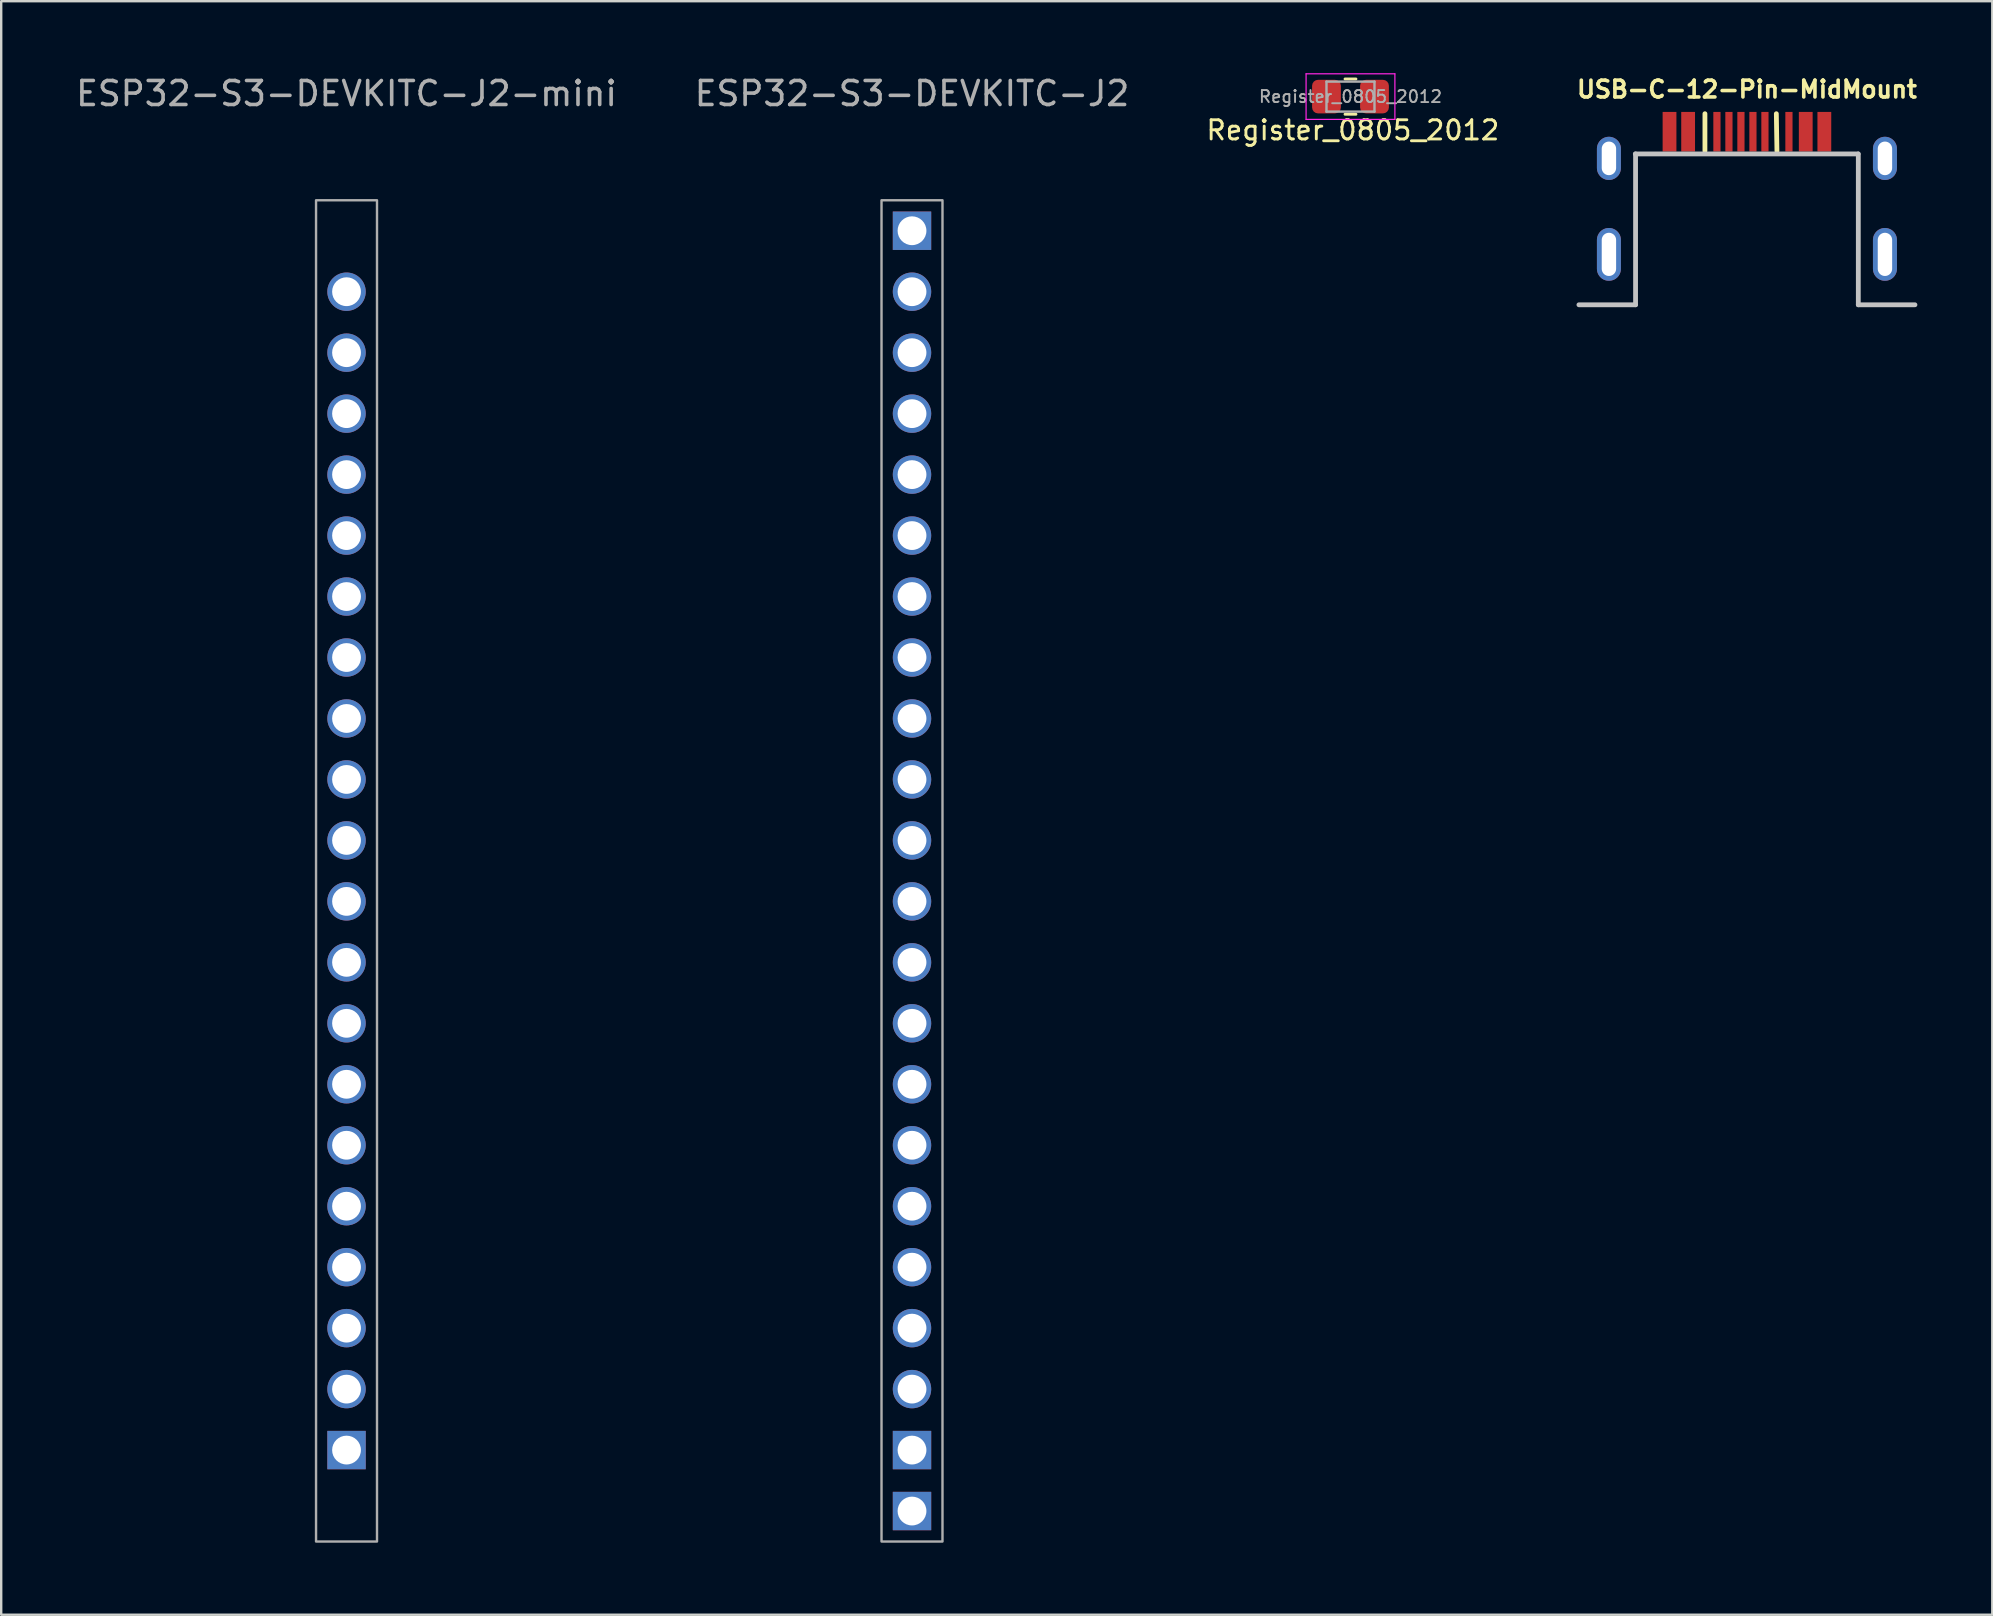
<source format=kicad_pcb>
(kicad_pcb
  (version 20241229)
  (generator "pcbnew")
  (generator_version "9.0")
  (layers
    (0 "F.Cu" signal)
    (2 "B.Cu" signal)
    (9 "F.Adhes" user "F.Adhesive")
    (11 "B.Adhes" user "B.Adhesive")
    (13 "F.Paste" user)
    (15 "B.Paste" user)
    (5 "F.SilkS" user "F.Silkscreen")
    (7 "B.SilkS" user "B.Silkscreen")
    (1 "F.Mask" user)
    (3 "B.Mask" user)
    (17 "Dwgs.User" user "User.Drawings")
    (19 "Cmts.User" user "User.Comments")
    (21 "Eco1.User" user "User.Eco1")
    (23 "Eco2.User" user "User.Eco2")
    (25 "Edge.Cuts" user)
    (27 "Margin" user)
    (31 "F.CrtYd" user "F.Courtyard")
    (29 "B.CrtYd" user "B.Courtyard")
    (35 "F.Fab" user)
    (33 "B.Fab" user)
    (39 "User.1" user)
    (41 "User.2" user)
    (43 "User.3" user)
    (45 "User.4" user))
  (footprint "ESP32-S3-DEVKITC-J2"
    (layer "F.Cu")
    (at 33.676 5.293)
    (property "Reference" "ESP32-S3-DEVKITC-J2" (at 1.27 -4.445 0) (unlocked yes) (layer "F.Fab") (effects (font (size 1 1) (thickness 0.15))))
    (attr smd)
    (fp_rect (start 0 0) (end 2.54 55.88) (stroke (width 0.1) (type solid)) (fill no) (layer "F.Fab"))
    (pad "1" thru_hole rect (at 1.27 1.27) (size 1.6 1.6) (drill 1.2) (layers "*.Cu" "*.Mask"))
    (pad "2" thru_hole circle (at 1.27 3.81) (size 1.6 1.6) (drill 1.2) (layers "*.Cu" "*.Mask"))
    (pad "3" thru_hole circle (at 1.27 6.35) (size 1.6 1.6) (drill 1.2) (layers "*.Cu" "*.Mask"))
    (pad "4" thru_hole circle (at 1.27 8.89) (size 1.6 1.6) (drill 1.2) (layers "*.Cu" "*.Mask"))
    (pad "5" thru_hole circle (at 1.27 11.43) (size 1.6 1.6) (drill 1.2) (layers "*.Cu" "*.Mask"))
    (pad "6" thru_hole circle (at 1.27 13.97) (size 1.6 1.6) (drill 1.2) (layers "*.Cu" "*.Mask"))
    (pad "7" thru_hole circle (at 1.27 16.51) (size 1.6 1.6) (drill 1.2) (layers "*.Cu" "*.Mask"))
    (pad "8" thru_hole circle (at 1.27 19.05) (size 1.6 1.6) (drill 1.2) (layers "*.Cu" "*.Mask"))
    (pad "9" thru_hole circle (at 1.27 21.59) (size 1.6 1.6) (drill 1.2) (layers "*.Cu" "*.Mask"))
    (pad "10" thru_hole circle (at 1.27 24.13) (size 1.6 1.6) (drill 1.2) (layers "*.Cu" "*.Mask"))
    (pad "11" thru_hole circle (at 1.27 26.67) (size 1.6 1.6) (drill 1.2) (layers "*.Cu" "*.Mask"))
    (pad "12" thru_hole circle (at 1.27 29.21) (size 1.6 1.6) (drill 1.2) (layers "*.Cu" "*.Mask"))
    (pad "13" thru_hole circle (at 1.27 31.75) (size 1.6 1.6) (drill 1.2) (layers "*.Cu" "*.Mask"))
    (pad "14" thru_hole circle (at 1.27 34.29) (size 1.6 1.6) (drill 1.2) (layers "*.Cu" "*.Mask"))
    (pad "15" thru_hole circle (at 1.27 36.83) (size 1.6 1.6) (drill 1.2) (layers "*.Cu" "*.Mask"))
    (pad "16" thru_hole circle (at 1.27 39.37) (size 1.6 1.6) (drill 1.2) (layers "*.Cu" "*.Mask"))
    (pad "17" thru_hole circle (at 1.27 41.91) (size 1.6 1.6) (drill 1.2) (layers "*.Cu" "*.Mask"))
    (pad "18" thru_hole circle (at 1.27 44.45) (size 1.6 1.6) (drill 1.2) (layers "*.Cu" "*.Mask"))
    (pad "19" thru_hole circle (at 1.27 46.99) (size 1.6 1.6) (drill 1.2) (layers "*.Cu" "*.Mask"))
    (pad "20" thru_hole circle (at 1.27 49.53) (size 1.6 1.6) (drill 1.2) (layers "*.Cu" "*.Mask"))
    (pad "21" thru_hole rect (at 1.27 52.07) (size 1.6 1.6) (drill 1.2) (layers "*.Cu" "*.Mask"))
    (pad "22" thru_hole rect (at 1.27 54.61) (size 1.6 1.6) (drill 1.2) (layers "*.Cu" "*.Mask")))
  (footprint "ESP32-S3-DEVKITC-J2-mini"
    (layer "F.Cu")
    (at 10.117 5.293)
    (property "Reference" "ESP32-S3-DEVKITC-J2-mini" (at 1.27 -4.445 0) (unlocked yes) (layer "F.Fab") (effects (font (size 1 1) (thickness 0.15))))
    (attr smd)
    (fp_rect (start 0 0) (end 2.54 55.88) (stroke (width 0.1) (type solid)) (fill no) (layer "F.Fab"))
    (pad "2" thru_hole circle (at 1.27 3.81) (size 1.6 1.6) (drill 1.2) (layers "*.Cu" "*.Mask"))
    (pad "3" thru_hole circle (at 1.27 6.35) (size 1.6 1.6) (drill 1.2) (layers "*.Cu" "*.Mask"))
    (pad "4" thru_hole circle (at 1.27 8.89) (size 1.6 1.6) (drill 1.2) (layers "*.Cu" "*.Mask"))
    (pad "5" thru_hole circle (at 1.27 11.43) (size 1.6 1.6) (drill 1.2) (layers "*.Cu" "*.Mask"))
    (pad "6" thru_hole circle (at 1.27 13.97) (size 1.6 1.6) (drill 1.2) (layers "*.Cu" "*.Mask"))
    (pad "7" thru_hole circle (at 1.27 16.51) (size 1.6 1.6) (drill 1.2) (layers "*.Cu" "*.Mask"))
    (pad "8" thru_hole circle (at 1.27 19.05) (size 1.6 1.6) (drill 1.2) (layers "*.Cu" "*.Mask"))
    (pad "9" thru_hole circle (at 1.27 21.59) (size 1.6 1.6) (drill 1.2) (layers "*.Cu" "*.Mask"))
    (pad "10" thru_hole circle (at 1.27 24.13) (size 1.6 1.6) (drill 1.2) (layers "*.Cu" "*.Mask"))
    (pad "11" thru_hole circle (at 1.27 26.67) (size 1.6 1.6) (drill 1.2) (layers "*.Cu" "*.Mask"))
    (pad "12" thru_hole circle (at 1.27 29.21) (size 1.6 1.6) (drill 1.2) (layers "*.Cu" "*.Mask"))
    (pad "13" thru_hole circle (at 1.27 31.75) (size 1.6 1.6) (drill 1.2) (layers "*.Cu" "*.Mask"))
    (pad "14" thru_hole circle (at 1.27 34.29) (size 1.6 1.6) (drill 1.2) (layers "*.Cu" "*.Mask"))
    (pad "15" thru_hole circle (at 1.27 36.83) (size 1.6 1.6) (drill 1.2) (layers "*.Cu" "*.Mask"))
    (pad "16" thru_hole circle (at 1.27 39.37) (size 1.6 1.6) (drill 1.2) (layers "*.Cu" "*.Mask"))
    (pad "17" thru_hole circle (at 1.27 41.91) (size 1.6 1.6) (drill 1.2) (layers "*.Cu" "*.Mask"))
    (pad "18" thru_hole circle (at 1.27 44.45) (size 1.6 1.6) (drill 1.2) (layers "*.Cu" "*.Mask"))
    (pad "19" thru_hole circle (at 1.27 46.99) (size 1.6 1.6) (drill 1.2) (layers "*.Cu" "*.Mask"))
    (pad "20" thru_hole circle (at 1.27 49.53) (size 1.6 1.6) (drill 1.2) (layers "*.Cu" "*.Mask"))
    (pad "21" thru_hole rect (at 1.27 52.07) (size 1.6 1.6) (drill 1.2) (layers "*.Cu" "*.Mask")))
  (footprint "USB-C-12-Pin-MidMount"
    (layer "F.Cu")
    (at 69.731 2.438)
    (property "Reference" "USB-C-12-Pin-MidMount" (at 0 -1.765 180) (layer "F.SilkS") (effects (font (size 0.7 0.7) (thickness 0.15))))
    (attr through_hole)
    (fp_line (start -1.75 0.8) (end -1.75 -0.75) (stroke (width 0.2) (type solid)) (layer "F.SilkS"))
    (fp_line (start 1.25 0.8) (end 1.225 -0.75) (stroke (width 0.2) (type solid)) (layer "F.SilkS"))
    (fp_line (start -7 7.21) (end -4.64 7.21) (stroke (width 0.2) (type solid)) (layer "Dwgs.User"))
    (fp_line (start -4.64 0.925) (end -4.64 7.21) (stroke (width 0.2) (type solid)) (layer "Dwgs.User"))
    (fp_line (start 4.63 0.925) (end -4.65 0.925) (stroke (width 0.2) (type solid)) (layer "Dwgs.User"))
    (fp_line (start 4.64 0.925) (end 4.64 7.21) (stroke (width 0.2) (type solid)) (layer "Dwgs.User"))
    (fp_line (start 7 7.21) (end 4.64 7.21) (stroke (width 0.2) (type solid)) (layer "Dwgs.User"))
    (pad "" thru_hole oval (at -5.75 1.11 180) (size 1 1.8) (drill oval 0.6 1.4) (layers "*.Cu" "*.Mask"))
    (pad "" thru_hole oval (at -5.75 5.11 180) (size 1 2.2) (drill oval 0.6 1.8) (layers "*.Cu" "*.Mask"))
    (pad "" thru_hole oval (at 5.75 1.11 180) (size 1 1.8) (drill oval 0.6 1.4) (layers "*.Cu" "*.Mask"))
    (pad "" thru_hole oval (at 5.75 5.11 180) (size 1 2.2) (drill oval 0.6 1.8) (layers "*.Cu" "*.Mask"))
    (pad "1" smd rect (at -3.225 0 180) (size 0.575 1.65) (layers "F.Cu" "F.Mask" "F.Paste"))
    (pad "2" smd rect (at -2.45 0 180) (size 0.575 1.65) (layers "F.Cu" "F.Mask" "F.Paste"))
    (pad "4" smd rect (at -1.25 0 180) (size 0.3 1.65) (layers "F.Cu" "F.Mask" "F.Paste"))
    (pad "5" smd rect (at -0.75 0 180) (size 0.3 1.65) (layers "F.Cu" "F.Mask" "F.Paste"))
    (pad "6" smd rect (at -0.25 0 180) (size 0.3 1.65) (layers "F.Cu" "F.Mask" "F.Paste"))
    (pad "7" smd rect (at 0.25 0 180) (size 0.3 1.65) (layers "F.Cu" "F.Mask" "F.Paste"))
    (pad "8" smd rect (at 0.75 0 180) (size 0.3 1.65) (layers "F.Cu" "F.Mask" "F.Paste"))
    (pad "10" smd rect (at 1.75 0 180) (size 0.3 1.65) (layers "F.Cu" "F.Mask" "F.Paste"))
    (pad "11" smd rect (at 2.45 0 180) (size 0.575 1.65) (layers "F.Cu" "F.Mask" "F.Paste"))
    (pad "12" smd rect (at 3.225 0 180) (size 0.575 1.65) (layers "F.Cu" "F.Mask" "F.Paste")))
  (footprint "Register_0805_2012"
    (layer "F.Cu")
    (at 53.314 0.875)
    (property "Reference" "Register_0805_2012" (at 0 1.5 180) (layer "F.SilkS") (effects (font (size 0.8 0.8) (thickness 0.12))))
    (attr smd)
    (fp_line (start -0.327 -0.635) (end 0.127 -0.635) (stroke (width 0.12) (type solid)) (layer "F.SilkS"))
    (fp_line (start -0.327 0.835) (end 0.127 0.835) (stroke (width 0.12) (type solid)) (layer "F.SilkS"))
    (fp_line (start -1.95 -0.85) (end 1.75 -0.85) (stroke (width 0.05) (type solid)) (layer "F.CrtYd"))
    (fp_line (start -1.95 1.05) (end -1.95 -0.85) (stroke (width 0.05) (type solid)) (layer "F.CrtYd"))
    (fp_line (start 1.75 -0.85) (end 1.75 1.05) (stroke (width 0.05) (type solid)) (layer "F.CrtYd"))
    (fp_line (start 1.75 1.05) (end -1.95 1.05) (stroke (width 0.05) (type solid)) (layer "F.CrtYd"))
    (fp_line (start -1.1 -0.525) (end 0.9 -0.525) (stroke (width 0.1) (type solid)) (layer "F.Fab"))
    (fp_line (start -1.1 0.725) (end -1.1 -0.525) (stroke (width 0.1) (type solid)) (layer "F.Fab"))
    (fp_line (start 0.9 -0.525) (end 0.9 0.725) (stroke (width 0.1) (type solid)) (layer "F.Fab"))
    (fp_line (start 0.9 0.725) (end -1.1 0.725) (stroke (width 0.1) (type solid)) (layer "F.Fab"))
    (fp_text user "${REFERENCE}" (at -0.1 0.1 0) (layer "F.Fab") (effects (font (size 0.5 0.5) (thickness 0.08))))
    (pad "1" smd roundrect (at -1.1 0.1) (size 1.2 1.4) (layers "F.Cu" "F.Mask" "F.Paste") (roundrect_rratio 0.208))
    (pad "2" smd roundrect (at 0.9 0.1) (size 1.2 1.4) (layers "F.Cu" "F.Mask" "F.Paste") (roundrect_rratio 0.208)))
  (gr_rect
    (start -3 -3)
    (end 79.953 64.223)
    (stroke (width 0.1) (type default))
    (fill no)
    (layer "Edge.Cuts")))
</source>
